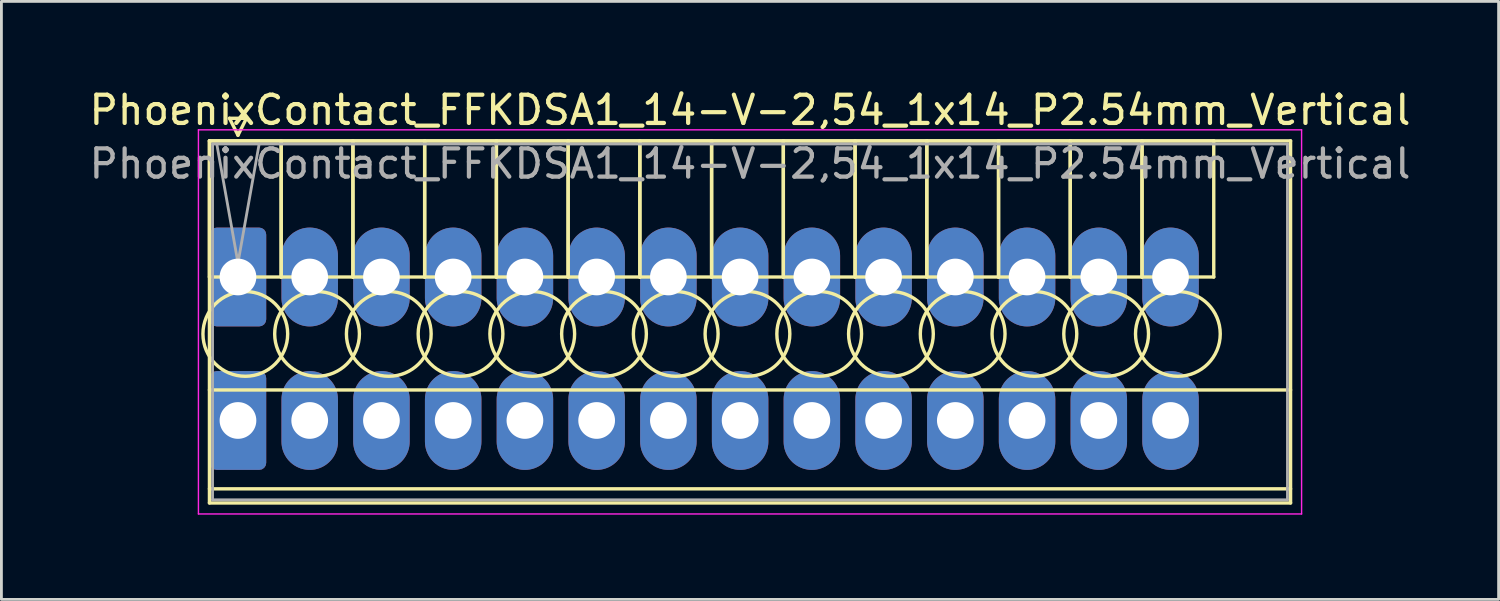
<source format=kicad_pcb>
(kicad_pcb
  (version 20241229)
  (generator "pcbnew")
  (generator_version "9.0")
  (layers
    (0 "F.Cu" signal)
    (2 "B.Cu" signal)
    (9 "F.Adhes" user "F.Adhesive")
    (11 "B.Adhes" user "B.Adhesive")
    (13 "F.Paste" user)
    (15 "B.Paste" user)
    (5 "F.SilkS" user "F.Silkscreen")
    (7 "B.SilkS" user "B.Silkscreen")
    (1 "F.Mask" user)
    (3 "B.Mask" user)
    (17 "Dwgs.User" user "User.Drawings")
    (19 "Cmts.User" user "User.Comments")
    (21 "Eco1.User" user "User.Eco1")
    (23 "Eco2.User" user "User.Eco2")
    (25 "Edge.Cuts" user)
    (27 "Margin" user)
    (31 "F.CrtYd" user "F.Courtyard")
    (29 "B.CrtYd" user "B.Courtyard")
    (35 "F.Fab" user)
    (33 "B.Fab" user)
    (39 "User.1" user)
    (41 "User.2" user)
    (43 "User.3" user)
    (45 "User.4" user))
  (footprint "PhoenixContact_FFKDSA1_14-V-2,54_1x14_P2.54mm_Vertical"
    (layer "F.Cu")
    (at 5.376 6.758)
    (property "Reference" "PhoenixContact_FFKDSA1_14-V-2,54_1x14_P2.54mm_Vertical" (at 18.13 -5.91 0) (layer "F.SilkS") (effects (font (size 1 1) (thickness 0.15))))
    (attr through_hole)
    (fp_line (start -1.01 -4.82) (end -1.01 0) (stroke (width 0.12) (type solid)) (layer "F.SilkS"))
    (fp_line (start -1.01 -4.82) (end -1.01 8) (stroke (width 0.12) (type solid)) (layer "F.SilkS"))
    (fp_line (start -1.01 0) (end 1.53 0) (stroke (width 0.12) (type solid)) (layer "F.SilkS"))
    (fp_line (start -1.01 4) (end 37.27 4) (stroke (width 0.12) (type solid)) (layer "F.SilkS"))
    (fp_line (start -1.01 7.5) (end 37.27 7.5) (stroke (width 0.12) (type solid)) (layer "F.SilkS"))
    (fp_line (start -1.01 8) (end 37.27 8) (stroke (width 0.12) (type solid)) (layer "F.SilkS"))
    (fp_line (start -0.3 -5.62) (end 0.3 -5.62) (stroke (width 0.12) (type solid)) (layer "F.SilkS"))
    (fp_line (start 0 -5.02) (end -0.3 -5.62) (stroke (width 0.12) (type solid)) (layer "F.SilkS"))
    (fp_line (start 0.3 -5.62) (end 0 -5.02) (stroke (width 0.12) (type solid)) (layer "F.SilkS"))
    (fp_line (start 1.53 -4.82) (end -1.01 -4.82) (stroke (width 0.12) (type solid)) (layer "F.SilkS"))
    (fp_line (start 1.53 -4.82) (end 1.53 0) (stroke (width 0.12) (type solid)) (layer "F.SilkS"))
    (fp_line (start 1.53 0) (end 1.53 -4.82) (stroke (width 0.12) (type solid)) (layer "F.SilkS"))
    (fp_line (start 1.53 0) (end 4.07 0) (stroke (width 0.12) (type solid)) (layer "F.SilkS"))
    (fp_line (start 4.07 -4.82) (end 1.53 -4.82) (stroke (width 0.12) (type solid)) (layer "F.SilkS"))
    (fp_line (start 4.07 -4.82) (end 4.07 0) (stroke (width 0.12) (type solid)) (layer "F.SilkS"))
    (fp_line (start 4.07 0) (end 4.07 -4.82) (stroke (width 0.12) (type solid)) (layer "F.SilkS"))
    (fp_line (start 4.07 0) (end 6.61 0) (stroke (width 0.12) (type solid)) (layer "F.SilkS"))
    (fp_line (start 6.61 -4.82) (end 4.07 -4.82) (stroke (width 0.12) (type solid)) (layer "F.SilkS"))
    (fp_line (start 6.61 -4.82) (end 6.61 0) (stroke (width 0.12) (type solid)) (layer "F.SilkS"))
    (fp_line (start 6.61 0) (end 6.61 -4.82) (stroke (width 0.12) (type solid)) (layer "F.SilkS"))
    (fp_line (start 6.61 0) (end 9.15 0) (stroke (width 0.12) (type solid)) (layer "F.SilkS"))
    (fp_line (start 9.15 -4.82) (end 6.61 -4.82) (stroke (width 0.12) (type solid)) (layer "F.SilkS"))
    (fp_line (start 9.15 -4.82) (end 9.15 0) (stroke (width 0.12) (type solid)) (layer "F.SilkS"))
    (fp_line (start 9.15 0) (end 9.15 -4.82) (stroke (width 0.12) (type solid)) (layer "F.SilkS"))
    (fp_line (start 9.15 0) (end 11.69 0) (stroke (width 0.12) (type solid)) (layer "F.SilkS"))
    (fp_line (start 11.69 -4.82) (end 9.15 -4.82) (stroke (width 0.12) (type solid)) (layer "F.SilkS"))
    (fp_line (start 11.69 -4.82) (end 11.69 0) (stroke (width 0.12) (type solid)) (layer "F.SilkS"))
    (fp_line (start 11.69 0) (end 11.69 -4.82) (stroke (width 0.12) (type solid)) (layer "F.SilkS"))
    (fp_line (start 11.69 0) (end 14.23 0) (stroke (width 0.12) (type solid)) (layer "F.SilkS"))
    (fp_line (start 14.23 -4.82) (end 11.69 -4.82) (stroke (width 0.12) (type solid)) (layer "F.SilkS"))
    (fp_line (start 14.23 -4.82) (end 14.23 0) (stroke (width 0.12) (type solid)) (layer "F.SilkS"))
    (fp_line (start 14.23 0) (end 14.23 -4.82) (stroke (width 0.12) (type solid)) (layer "F.SilkS"))
    (fp_line (start 14.23 0) (end 16.77 0) (stroke (width 0.12) (type solid)) (layer "F.SilkS"))
    (fp_line (start 16.77 -4.82) (end 14.23 -4.82) (stroke (width 0.12) (type solid)) (layer "F.SilkS"))
    (fp_line (start 16.77 -4.82) (end 16.77 0) (stroke (width 0.12) (type solid)) (layer "F.SilkS"))
    (fp_line (start 16.77 0) (end 16.77 -4.82) (stroke (width 0.12) (type solid)) (layer "F.SilkS"))
    (fp_line (start 16.77 0) (end 19.31 0) (stroke (width 0.12) (type solid)) (layer "F.SilkS"))
    (fp_line (start 19.31 -4.82) (end 16.77 -4.82) (stroke (width 0.12) (type solid)) (layer "F.SilkS"))
    (fp_line (start 19.31 -4.82) (end 19.31 0) (stroke (width 0.12) (type solid)) (layer "F.SilkS"))
    (fp_line (start 19.31 0) (end 19.31 -4.82) (stroke (width 0.12) (type solid)) (layer "F.SilkS"))
    (fp_line (start 19.31 0) (end 21.85 0) (stroke (width 0.12) (type solid)) (layer "F.SilkS"))
    (fp_line (start 21.85 -4.82) (end 19.31 -4.82) (stroke (width 0.12) (type solid)) (layer "F.SilkS"))
    (fp_line (start 21.85 -4.82) (end 21.85 0) (stroke (width 0.12) (type solid)) (layer "F.SilkS"))
    (fp_line (start 21.85 0) (end 21.85 -4.82) (stroke (width 0.12) (type solid)) (layer "F.SilkS"))
    (fp_line (start 21.85 0) (end 24.39 0) (stroke (width 0.12) (type solid)) (layer "F.SilkS"))
    (fp_line (start 24.39 -4.82) (end 21.85 -4.82) (stroke (width 0.12) (type solid)) (layer "F.SilkS"))
    (fp_line (start 24.39 -4.82) (end 24.39 0) (stroke (width 0.12) (type solid)) (layer "F.SilkS"))
    (fp_line (start 24.39 0) (end 24.39 -4.82) (stroke (width 0.12) (type solid)) (layer "F.SilkS"))
    (fp_line (start 24.39 0) (end 26.93 0) (stroke (width 0.12) (type solid)) (layer "F.SilkS"))
    (fp_line (start 26.93 -4.82) (end 24.39 -4.82) (stroke (width 0.12) (type solid)) (layer "F.SilkS"))
    (fp_line (start 26.93 -4.82) (end 26.93 0) (stroke (width 0.12) (type solid)) (layer "F.SilkS"))
    (fp_line (start 26.93 0) (end 26.93 -4.82) (stroke (width 0.12) (type solid)) (layer "F.SilkS"))
    (fp_line (start 26.93 0) (end 29.47 0) (stroke (width 0.12) (type solid)) (layer "F.SilkS"))
    (fp_line (start 29.47 -4.82) (end 26.93 -4.82) (stroke (width 0.12) (type solid)) (layer "F.SilkS"))
    (fp_line (start 29.47 -4.82) (end 29.47 0) (stroke (width 0.12) (type solid)) (layer "F.SilkS"))
    (fp_line (start 29.47 0) (end 29.47 -4.82) (stroke (width 0.12) (type solid)) (layer "F.SilkS"))
    (fp_line (start 29.47 0) (end 32.01 0) (stroke (width 0.12) (type solid)) (layer "F.SilkS"))
    (fp_line (start 32.01 -4.82) (end 29.47 -4.82) (stroke (width 0.12) (type solid)) (layer "F.SilkS"))
    (fp_line (start 32.01 -4.82) (end 32.01 0) (stroke (width 0.12) (type solid)) (layer "F.SilkS"))
    (fp_line (start 32.01 0) (end 32.01 -4.82) (stroke (width 0.12) (type solid)) (layer "F.SilkS"))
    (fp_line (start 32.01 0) (end 34.55 0) (stroke (width 0.12) (type solid)) (layer "F.SilkS"))
    (fp_line (start 34.55 -4.82) (end 32.01 -4.82) (stroke (width 0.12) (type solid)) (layer "F.SilkS"))
    (fp_line (start 34.55 0) (end 34.55 -4.82) (stroke (width 0.12) (type solid)) (layer "F.SilkS"))
    (fp_line (start 37.27 -4.82) (end -1.01 -4.82) (stroke (width 0.12) (type solid)) (layer "F.SilkS"))
    (fp_line (start 37.27 8) (end 37.27 -4.82) (stroke (width 0.12) (type solid)) (layer "F.SilkS"))
    (fp_circle (center 0.26 2.015) (end 1.76 2.015) (stroke (width 0.12) (type solid)) (fill no) (layer "F.SilkS"))
    (fp_circle (center 2.8 2.015) (end 4.3 2.015) (stroke (width 0.12) (type solid)) (fill no) (layer "F.SilkS"))
    (fp_circle (center 5.34 2.015) (end 6.84 2.015) (stroke (width 0.12) (type solid)) (fill no) (layer "F.SilkS"))
    (fp_circle (center 7.88 2.015) (end 9.38 2.015) (stroke (width 0.12) (type solid)) (fill no) (layer "F.SilkS"))
    (fp_circle (center 10.42 2.015) (end 11.92 2.015) (stroke (width 0.12) (type solid)) (fill no) (layer "F.SilkS"))
    (fp_circle (center 12.96 2.015) (end 14.46 2.015) (stroke (width 0.12) (type solid)) (fill no) (layer "F.SilkS"))
    (fp_circle (center 15.5 2.015) (end 17 2.015) (stroke (width 0.12) (type solid)) (fill no) (layer "F.SilkS"))
    (fp_circle (center 18.04 2.015) (end 19.54 2.015) (stroke (width 0.12) (type solid)) (fill no) (layer "F.SilkS"))
    (fp_circle (center 20.58 2.015) (end 22.08 2.015) (stroke (width 0.12) (type solid)) (fill no) (layer "F.SilkS"))
    (fp_circle (center 23.12 2.015) (end 24.62 2.015) (stroke (width 0.12) (type solid)) (fill no) (layer "F.SilkS"))
    (fp_circle (center 25.66 2.015) (end 27.16 2.015) (stroke (width 0.12) (type solid)) (fill no) (layer "F.SilkS"))
    (fp_circle (center 28.2 2.015) (end 29.7 2.015) (stroke (width 0.12) (type solid)) (fill no) (layer "F.SilkS"))
    (fp_circle (center 30.74 2.015) (end 32.24 2.015) (stroke (width 0.12) (type solid)) (fill no) (layer "F.SilkS"))
    (fp_circle (center 33.28 2.015) (end 34.78 2.015) (stroke (width 0.12) (type solid)) (fill no) (layer "F.SilkS"))
    (fp_line (start -1.4 -5.21) (end -1.4 8.39) (stroke (width 0.05) (type solid)) (layer "F.CrtYd"))
    (fp_line (start -1.4 8.39) (end 37.66 8.39) (stroke (width 0.05) (type solid)) (layer "F.CrtYd"))
    (fp_line (start 37.66 -5.21) (end -1.4 -5.21) (stroke (width 0.05) (type solid)) (layer "F.CrtYd"))
    (fp_line (start 37.66 8.39) (end 37.66 -5.21) (stroke (width 0.05) (type solid)) (layer "F.CrtYd"))
    (fp_line (start -0.9 -4.71) (end -0.9 7.89) (stroke (width 0.1) (type solid)) (layer "F.Fab"))
    (fp_line (start -0.9 7.89) (end 37.16 7.89) (stroke (width 0.1) (type solid)) (layer "F.Fab"))
    (fp_line (start 0 -0.5) (end -0.75 -4.71) (stroke (width 0.1) (type solid)) (layer "F.Fab"))
    (fp_line (start 0.75 -4.71) (end 0 -0.5) (stroke (width 0.1) (type solid)) (layer "F.Fab"))
    (fp_line (start 37.16 -4.71) (end -0.9 -4.71) (stroke (width 0.1) (type solid)) (layer "F.Fab"))
    (fp_line (start 37.16 7.89) (end 37.16 -4.71) (stroke (width 0.1) (type solid)) (layer "F.Fab"))
    (fp_text user "${REFERENCE}" (at 18.13 -4.01 0) (layer "F.Fab") (effects (font (size 1 1) (thickness 0.15))))
    (pad "1" thru_hole roundrect (at 0 0) (size 2 3.5) (drill 1.3) (layers "*.Cu" "*.Mask") (roundrect_rratio 0.125))
    (pad "1" thru_hole roundrect (at 0 5.08) (size 2 3.5) (drill 1.3) (layers "*.Cu" "*.Mask") (roundrect_rratio 0.125))
    (pad "2" thru_hole oval (at 2.54 0) (size 2 3.5) (drill 1.3) (layers "*.Cu" "*.Mask"))
    (pad "2" thru_hole oval (at 2.54 5.08) (size 2 3.5) (drill 1.3) (layers "*.Cu" "*.Mask"))
    (pad "3" thru_hole oval (at 5.08 0) (size 2 3.5) (drill 1.3) (layers "*.Cu" "*.Mask"))
    (pad "3" thru_hole oval (at 5.08 5.08) (size 2 3.5) (drill 1.3) (layers "*.Cu" "*.Mask"))
    (pad "4" thru_hole oval (at 7.62 0) (size 2 3.5) (drill 1.3) (layers "*.Cu" "*.Mask"))
    (pad "4" thru_hole oval (at 7.62 5.08) (size 2 3.5) (drill 1.3) (layers "*.Cu" "*.Mask"))
    (pad "5" thru_hole oval (at 10.16 0) (size 2 3.5) (drill 1.3) (layers "*.Cu" "*.Mask"))
    (pad "5" thru_hole oval (at 10.16 5.08) (size 2 3.5) (drill 1.3) (layers "*.Cu" "*.Mask"))
    (pad "6" thru_hole oval (at 12.7 0) (size 2 3.5) (drill 1.3) (layers "*.Cu" "*.Mask"))
    (pad "6" thru_hole oval (at 12.7 5.08) (size 2 3.5) (drill 1.3) (layers "*.Cu" "*.Mask"))
    (pad "7" thru_hole oval (at 15.24 0) (size 2 3.5) (drill 1.3) (layers "*.Cu" "*.Mask"))
    (pad "7" thru_hole oval (at 15.24 5.08) (size 2 3.5) (drill 1.3) (layers "*.Cu" "*.Mask"))
    (pad "8" thru_hole oval (at 17.78 0) (size 2 3.5) (drill 1.3) (layers "*.Cu" "*.Mask"))
    (pad "8" thru_hole oval (at 17.78 5.08) (size 2 3.5) (drill 1.3) (layers "*.Cu" "*.Mask"))
    (pad "9" thru_hole oval (at 20.32 0) (size 2 3.5) (drill 1.3) (layers "*.Cu" "*.Mask"))
    (pad "9" thru_hole oval (at 20.32 5.08) (size 2 3.5) (drill 1.3) (layers "*.Cu" "*.Mask"))
    (pad "10" thru_hole oval (at 22.86 0) (size 2 3.5) (drill 1.3) (layers "*.Cu" "*.Mask"))
    (pad "10" thru_hole oval (at 22.86 5.08) (size 2 3.5) (drill 1.3) (layers "*.Cu" "*.Mask"))
    (pad "11" thru_hole oval (at 25.4 0) (size 2 3.5) (drill 1.3) (layers "*.Cu" "*.Mask"))
    (pad "11" thru_hole oval (at 25.4 5.08) (size 2 3.5) (drill 1.3) (layers "*.Cu" "*.Mask"))
    (pad "12" thru_hole oval (at 27.94 0) (size 2 3.5) (drill 1.3) (layers "*.Cu" "*.Mask"))
    (pad "12" thru_hole oval (at 27.94 5.08) (size 2 3.5) (drill 1.3) (layers "*.Cu" "*.Mask"))
    (pad "13" thru_hole oval (at 30.48 0) (size 2 3.5) (drill 1.3) (layers "*.Cu" "*.Mask"))
    (pad "13" thru_hole oval (at 30.48 5.08) (size 2 3.5) (drill 1.3) (layers "*.Cu" "*.Mask"))
    (pad "14" thru_hole oval (at 33.02 0) (size 2 3.5) (drill 1.3) (layers "*.Cu" "*.Mask"))
    (pad "14" thru_hole oval (at 33.02 5.08) (size 2 3.5) (drill 1.3) (layers "*.Cu" "*.Mask")))
  (gr_rect
    (start -3 -3)
    (end 50.012 18.173)
    (stroke (width 0.1) (type default))
    (fill no)
    (layer "Edge.Cuts")))
</source>
